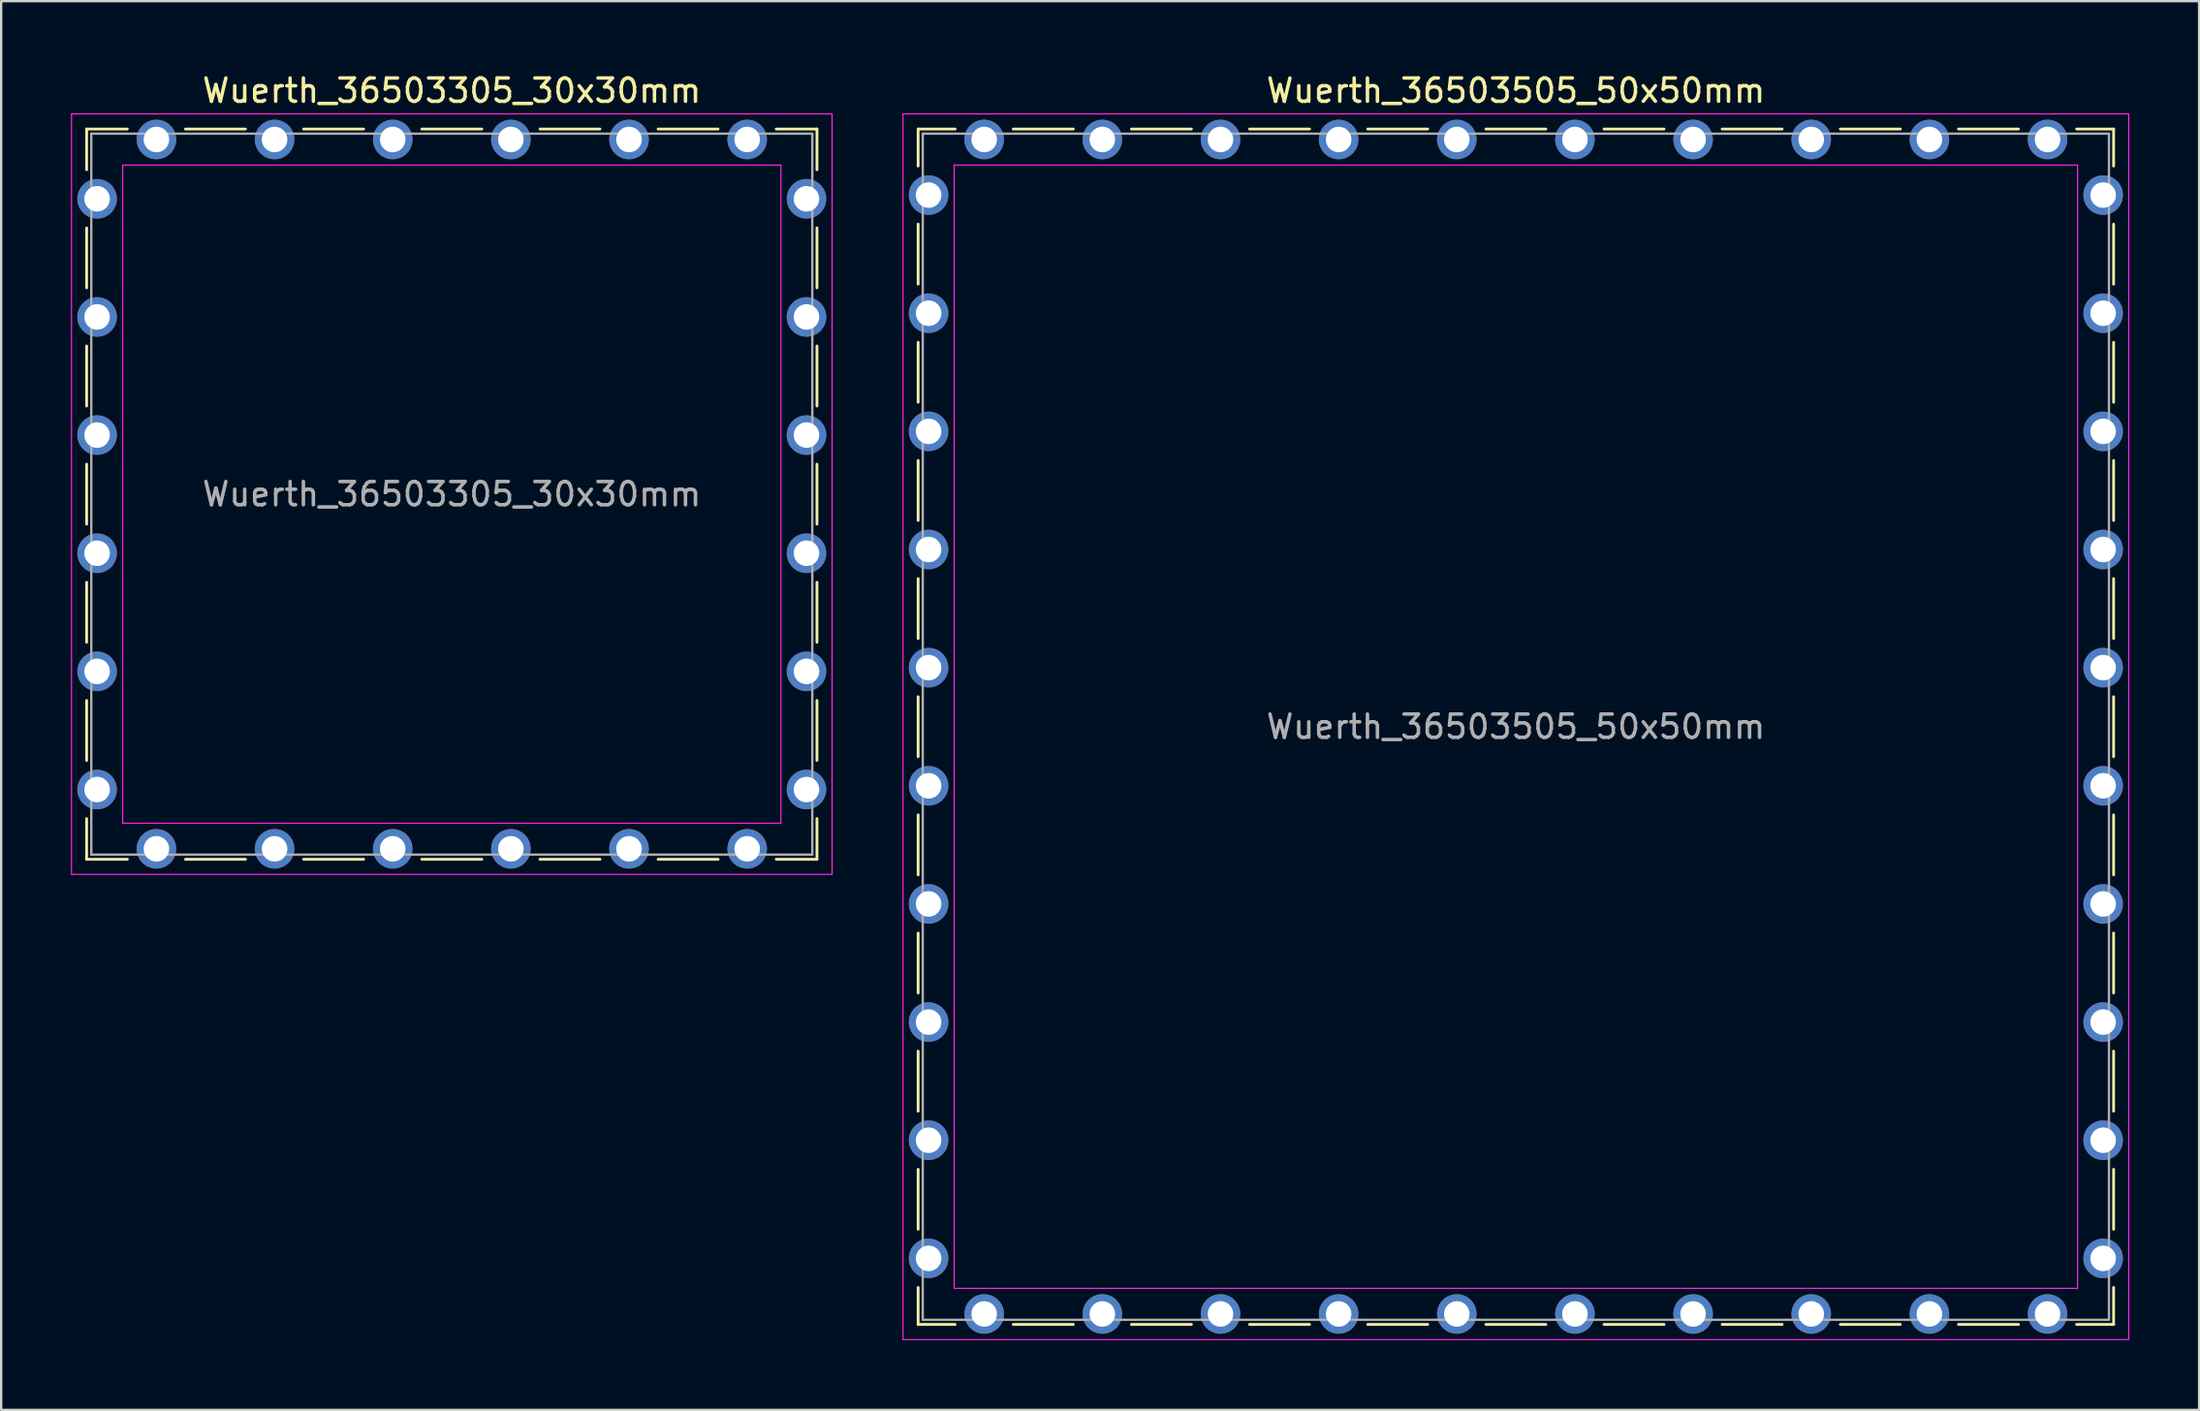
<source format=kicad_pcb>
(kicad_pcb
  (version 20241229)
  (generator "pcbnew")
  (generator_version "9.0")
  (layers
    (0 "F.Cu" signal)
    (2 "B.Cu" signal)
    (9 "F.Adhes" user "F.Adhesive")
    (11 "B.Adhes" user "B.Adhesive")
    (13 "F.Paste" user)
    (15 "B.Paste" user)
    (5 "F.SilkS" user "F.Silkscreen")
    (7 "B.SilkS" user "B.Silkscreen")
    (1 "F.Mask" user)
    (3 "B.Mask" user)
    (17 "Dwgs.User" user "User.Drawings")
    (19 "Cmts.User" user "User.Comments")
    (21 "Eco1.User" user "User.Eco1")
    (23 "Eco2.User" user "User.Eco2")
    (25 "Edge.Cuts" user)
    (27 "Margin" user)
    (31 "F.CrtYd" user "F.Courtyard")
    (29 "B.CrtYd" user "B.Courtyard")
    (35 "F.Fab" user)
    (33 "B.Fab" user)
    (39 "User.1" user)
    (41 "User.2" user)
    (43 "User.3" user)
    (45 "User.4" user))
  (footprint "Wuerth_36503305_30x30mm"
    (layer "F.Cu")
    (at 16.375 18.198)
    (property "Reference" "Wuerth_36503305_30x30mm" (at 0 -17.35 0) (layer "F.SilkS") (effects (font (size 1 1) (thickness 0.15))))
    (attr through_hole)
    (fp_line (start -15.7 -15.7) (end -13.95 -15.7) (stroke (width 0.12) (type solid)) (layer "F.SilkS"))
    (fp_line (start -15.7 -13.95) (end -15.7 -15.7) (stroke (width 0.12) (type solid)) (layer "F.SilkS"))
    (fp_line (start -15.7 -8.87) (end -15.7 -11.45) (stroke (width 0.12) (type solid)) (layer "F.SilkS"))
    (fp_line (start -15.7 -3.79) (end -15.7 -6.37) (stroke (width 0.12) (type solid)) (layer "F.SilkS"))
    (fp_line (start -15.7 -1.29) (end -15.7 1.29) (stroke (width 0.12) (type solid)) (layer "F.SilkS"))
    (fp_line (start -15.7 3.79) (end -15.7 6.37) (stroke (width 0.12) (type solid)) (layer "F.SilkS"))
    (fp_line (start -15.7 8.87) (end -15.7 11.45) (stroke (width 0.12) (type solid)) (layer "F.SilkS"))
    (fp_line (start -15.7 13.95) (end -15.7 15.7) (stroke (width 0.12) (type solid)) (layer "F.SilkS"))
    (fp_line (start -15.7 15.7) (end -13.95 15.7) (stroke (width 0.12) (type solid)) (layer "F.SilkS"))
    (fp_line (start -8.87 -15.7) (end -11.45 -15.7) (stroke (width 0.12) (type solid)) (layer "F.SilkS"))
    (fp_line (start -8.87 15.7) (end -11.45 15.7) (stroke (width 0.12) (type solid)) (layer "F.SilkS"))
    (fp_line (start -3.79 -15.7) (end -6.37 -15.7) (stroke (width 0.12) (type solid)) (layer "F.SilkS"))
    (fp_line (start -3.79 15.7) (end -6.37 15.7) (stroke (width 0.12) (type solid)) (layer "F.SilkS"))
    (fp_line (start 1.29 -15.7) (end -1.29 -15.7) (stroke (width 0.12) (type solid)) (layer "F.SilkS"))
    (fp_line (start 1.29 15.7) (end -1.29 15.7) (stroke (width 0.12) (type solid)) (layer "F.SilkS"))
    (fp_line (start 3.79 -15.7) (end 6.37 -15.7) (stroke (width 0.12) (type solid)) (layer "F.SilkS"))
    (fp_line (start 3.79 15.7) (end 6.37 15.7) (stroke (width 0.12) (type solid)) (layer "F.SilkS"))
    (fp_line (start 8.87 -15.7) (end 11.45 -15.7) (stroke (width 0.12) (type solid)) (layer "F.SilkS"))
    (fp_line (start 8.87 15.7) (end 11.45 15.7) (stroke (width 0.12) (type solid)) (layer "F.SilkS"))
    (fp_line (start 15.7 -15.7) (end 13.95 -15.7) (stroke (width 0.12) (type solid)) (layer "F.SilkS"))
    (fp_line (start 15.7 -13.95) (end 15.7 -15.7) (stroke (width 0.12) (type solid)) (layer "F.SilkS"))
    (fp_line (start 15.7 -8.87) (end 15.7 -11.45) (stroke (width 0.12) (type solid)) (layer "F.SilkS"))
    (fp_line (start 15.7 -3.79) (end 15.7 -6.37) (stroke (width 0.12) (type solid)) (layer "F.SilkS"))
    (fp_line (start 15.7 1.29) (end 15.7 -1.29) (stroke (width 0.12) (type solid)) (layer "F.SilkS"))
    (fp_line (start 15.7 3.79) (end 15.7 6.37) (stroke (width 0.12) (type solid)) (layer "F.SilkS"))
    (fp_line (start 15.7 8.87) (end 15.7 11.45) (stroke (width 0.12) (type solid)) (layer "F.SilkS"))
    (fp_line (start 15.7 13.95) (end 15.7 15.7) (stroke (width 0.12) (type solid)) (layer "F.SilkS"))
    (fp_line (start 15.7 15.7) (end 13.95 15.7) (stroke (width 0.12) (type solid)) (layer "F.SilkS"))
    (fp_line (start -16.35 -16.35) (end -16.35 16.35) (stroke (width 0.05) (type solid)) (layer "F.CrtYd"))
    (fp_line (start -16.35 16.35) (end 16.35 16.35) (stroke (width 0.05) (type solid)) (layer "F.CrtYd"))
    (fp_line (start -14.15 -14.15) (end -14.15 14.15) (stroke (width 0.05) (type solid)) (layer "F.CrtYd"))
    (fp_line (start -14.15 14.15) (end 14.15 14.15) (stroke (width 0.05) (type solid)) (layer "F.CrtYd"))
    (fp_line (start 14.15 -14.15) (end -14.15 -14.15) (stroke (width 0.05) (type solid)) (layer "F.CrtYd"))
    (fp_line (start 14.15 14.15) (end 14.15 -14.15) (stroke (width 0.05) (type solid)) (layer "F.CrtYd"))
    (fp_line (start 16.35 -16.35) (end -16.35 -16.35) (stroke (width 0.05) (type solid)) (layer "F.CrtYd"))
    (fp_line (start 16.35 16.35) (end 16.35 -16.35) (stroke (width 0.05) (type solid)) (layer "F.CrtYd"))
    (fp_line (start -15.5 -15.5) (end -15.5 15.5) (stroke (width 0.1) (type solid)) (layer "F.Fab"))
    (fp_line (start -15.5 15.5) (end 15.5 15.5) (stroke (width 0.1) (type solid)) (layer "F.Fab"))
    (fp_line (start 15.5 -15.5) (end -15.5 -15.5) (stroke (width 0.1) (type solid)) (layer "F.Fab"))
    (fp_line (start 15.5 15.5) (end 15.5 -15.5) (stroke (width 0.1) (type solid)) (layer "F.Fab"))
    (fp_text user "${REFERENCE}" (at 0 0 0) (layer "F.Fab") (effects (font (size 1 1) (thickness 0.15))))
    (pad "1" thru_hole circle (at -15.25 -12.7) (size 1.7 1.7) (drill 1.1) (layers "*.Cu" "*.Mask"))
    (pad "1" thru_hole circle (at -15.25 -7.62) (size 1.7 1.7) (drill 1.1) (layers "*.Cu" "*.Mask"))
    (pad "1" thru_hole circle (at -15.25 -2.54) (size 1.7 1.7) (drill 1.1) (layers "*.Cu" "*.Mask"))
    (pad "1" thru_hole circle (at -15.25 2.54) (size 1.7 1.7) (drill 1.1) (layers "*.Cu" "*.Mask"))
    (pad "1" thru_hole circle (at -15.25 7.62) (size 1.7 1.7) (drill 1.1) (layers "*.Cu" "*.Mask"))
    (pad "1" thru_hole circle (at -15.25 12.7) (size 1.7 1.7) (drill 1.1) (layers "*.Cu" "*.Mask"))
    (pad "1" thru_hole circle (at -12.7 -15.25) (size 1.7 1.7) (drill 1.1) (layers "*.Cu" "*.Mask"))
    (pad "1" thru_hole circle (at -12.7 15.25) (size 1.7 1.7) (drill 1.1) (layers "*.Cu" "*.Mask"))
    (pad "1" thru_hole circle (at -7.62 -15.25) (size 1.7 1.7) (drill 1.1) (layers "*.Cu" "*.Mask"))
    (pad "1" thru_hole circle (at -7.62 15.25) (size 1.7 1.7) (drill 1.1) (layers "*.Cu" "*.Mask"))
    (pad "1" thru_hole circle (at -2.54 -15.25) (size 1.7 1.7) (drill 1.1) (layers "*.Cu" "*.Mask"))
    (pad "1" thru_hole circle (at -2.54 15.25) (size 1.7 1.7) (drill 1.1) (layers "*.Cu" "*.Mask"))
    (pad "1" thru_hole circle (at 2.54 -15.25) (size 1.7 1.7) (drill 1.1) (layers "*.Cu" "*.Mask"))
    (pad "1" thru_hole circle (at 2.54 15.25) (size 1.7 1.7) (drill 1.1) (layers "*.Cu" "*.Mask"))
    (pad "1" thru_hole circle (at 7.62 -15.25) (size 1.7 1.7) (drill 1.1) (layers "*.Cu" "*.Mask"))
    (pad "1" thru_hole circle (at 7.62 15.25) (size 1.7 1.7) (drill 1.1) (layers "*.Cu" "*.Mask"))
    (pad "1" thru_hole circle (at 12.7 -15.25) (size 1.7 1.7) (drill 1.1) (layers "*.Cu" "*.Mask"))
    (pad "1" thru_hole circle (at 12.7 15.25) (size 1.7 1.7) (drill 1.1) (layers "*.Cu" "*.Mask"))
    (pad "1" thru_hole circle (at 15.25 -12.7) (size 1.7 1.7) (drill 1.1) (layers "*.Cu" "*.Mask"))
    (pad "1" thru_hole circle (at 15.25 -7.62) (size 1.7 1.7) (drill 1.1) (layers "*.Cu" "*.Mask"))
    (pad "1" thru_hole circle (at 15.25 -2.54) (size 1.7 1.7) (drill 1.1) (layers "*.Cu" "*.Mask"))
    (pad "1" thru_hole circle (at 15.25 2.54) (size 1.7 1.7) (drill 1.1) (layers "*.Cu" "*.Mask"))
    (pad "1" thru_hole circle (at 15.25 7.62) (size 1.7 1.7) (drill 1.1) (layers "*.Cu" "*.Mask"))
    (pad "1" thru_hole circle (at 15.25 12.7) (size 1.7 1.7) (drill 1.1) (layers "*.Cu" "*.Mask")))
  (footprint "Wuerth_36503505_50x50mm"
    (layer "F.Cu")
    (at 62.125 28.198)
    (property "Reference" "Wuerth_36503505_50x50mm" (at 0 -27.35 0) (layer "F.SilkS") (effects (font (size 1 1) (thickness 0.15))))
    (attr through_hole)
    (fp_line (start -25.7 -25.7) (end -24.11 -25.7) (stroke (width 0.12) (type solid)) (layer "F.SilkS"))
    (fp_line (start -25.7 -24.11) (end -25.7 -25.7) (stroke (width 0.12) (type solid)) (layer "F.SilkS"))
    (fp_line (start -25.7 -19.03) (end -25.7 -21.61) (stroke (width 0.12) (type solid)) (layer "F.SilkS"))
    (fp_line (start -25.7 -13.95) (end -25.7 -16.53) (stroke (width 0.12) (type solid)) (layer "F.SilkS"))
    (fp_line (start -25.7 -8.87) (end -25.7 -11.45) (stroke (width 0.12) (type solid)) (layer "F.SilkS"))
    (fp_line (start -25.7 -3.79) (end -25.7 -6.37) (stroke (width 0.12) (type solid)) (layer "F.SilkS"))
    (fp_line (start -25.7 -1.29) (end -25.7 1.29) (stroke (width 0.12) (type solid)) (layer "F.SilkS"))
    (fp_line (start -25.7 3.79) (end -25.7 6.37) (stroke (width 0.12) (type solid)) (layer "F.SilkS"))
    (fp_line (start -25.7 8.87) (end -25.7 11.45) (stroke (width 0.12) (type solid)) (layer "F.SilkS"))
    (fp_line (start -25.7 13.95) (end -25.7 16.53) (stroke (width 0.12) (type solid)) (layer "F.SilkS"))
    (fp_line (start -25.7 19.03) (end -25.7 21.61) (stroke (width 0.12) (type solid)) (layer "F.SilkS"))
    (fp_line (start -25.7 24.11) (end -25.7 25.7) (stroke (width 0.12) (type solid)) (layer "F.SilkS"))
    (fp_line (start -25.7 25.7) (end -24.11 25.7) (stroke (width 0.12) (type solid)) (layer "F.SilkS"))
    (fp_line (start -19.03 -25.7) (end -21.61 -25.7) (stroke (width 0.12) (type solid)) (layer "F.SilkS"))
    (fp_line (start -19.03 25.7) (end -21.61 25.7) (stroke (width 0.12) (type solid)) (layer "F.SilkS"))
    (fp_line (start -13.95 -25.7) (end -16.53 -25.7) (stroke (width 0.12) (type solid)) (layer "F.SilkS"))
    (fp_line (start -13.95 25.7) (end -16.53 25.7) (stroke (width 0.12) (type solid)) (layer "F.SilkS"))
    (fp_line (start -8.87 -25.7) (end -11.45 -25.7) (stroke (width 0.12) (type solid)) (layer "F.SilkS"))
    (fp_line (start -8.87 25.7) (end -11.45 25.7) (stroke (width 0.12) (type solid)) (layer "F.SilkS"))
    (fp_line (start -3.79 -25.7) (end -6.37 -25.7) (stroke (width 0.12) (type solid)) (layer "F.SilkS"))
    (fp_line (start -3.79 25.7) (end -6.37 25.7) (stroke (width 0.12) (type solid)) (layer "F.SilkS"))
    (fp_line (start 1.29 -25.7) (end -1.29 -25.7) (stroke (width 0.12) (type solid)) (layer "F.SilkS"))
    (fp_line (start 1.29 25.7) (end -1.29 25.7) (stroke (width 0.12) (type solid)) (layer "F.SilkS"))
    (fp_line (start 3.79 -25.7) (end 6.37 -25.7) (stroke (width 0.12) (type solid)) (layer "F.SilkS"))
    (fp_line (start 3.79 25.7) (end 6.37 25.7) (stroke (width 0.12) (type solid)) (layer "F.SilkS"))
    (fp_line (start 8.87 -25.7) (end 11.45 -25.7) (stroke (width 0.12) (type solid)) (layer "F.SilkS"))
    (fp_line (start 8.87 25.7) (end 11.45 25.7) (stroke (width 0.12) (type solid)) (layer "F.SilkS"))
    (fp_line (start 13.95 -25.7) (end 16.53 -25.7) (stroke (width 0.12) (type solid)) (layer "F.SilkS"))
    (fp_line (start 13.95 25.7) (end 16.53 25.7) (stroke (width 0.12) (type solid)) (layer "F.SilkS"))
    (fp_line (start 19.03 -25.7) (end 21.61 -25.7) (stroke (width 0.12) (type solid)) (layer "F.SilkS"))
    (fp_line (start 19.03 25.7) (end 21.61 25.7) (stroke (width 0.12) (type solid)) (layer "F.SilkS"))
    (fp_line (start 25.7 -25.7) (end 24.11 -25.7) (stroke (width 0.12) (type solid)) (layer "F.SilkS"))
    (fp_line (start 25.7 -24.11) (end 25.7 -25.7) (stroke (width 0.12) (type solid)) (layer "F.SilkS"))
    (fp_line (start 25.7 -19.03) (end 25.7 -21.61) (stroke (width 0.12) (type solid)) (layer "F.SilkS"))
    (fp_line (start 25.7 -13.95) (end 25.7 -16.53) (stroke (width 0.12) (type solid)) (layer "F.SilkS"))
    (fp_line (start 25.7 -8.87) (end 25.7 -11.45) (stroke (width 0.12) (type solid)) (layer "F.SilkS"))
    (fp_line (start 25.7 -3.79) (end 25.7 -6.37) (stroke (width 0.12) (type solid)) (layer "F.SilkS"))
    (fp_line (start 25.7 1.29) (end 25.7 -1.29) (stroke (width 0.12) (type solid)) (layer "F.SilkS"))
    (fp_line (start 25.7 3.79) (end 25.7 6.37) (stroke (width 0.12) (type solid)) (layer "F.SilkS"))
    (fp_line (start 25.7 8.87) (end 25.7 11.45) (stroke (width 0.12) (type solid)) (layer "F.SilkS"))
    (fp_line (start 25.7 13.95) (end 25.7 16.53) (stroke (width 0.12) (type solid)) (layer "F.SilkS"))
    (fp_line (start 25.7 19.03) (end 25.7 21.61) (stroke (width 0.12) (type solid)) (layer "F.SilkS"))
    (fp_line (start 25.7 24.11) (end 25.7 25.7) (stroke (width 0.12) (type solid)) (layer "F.SilkS"))
    (fp_line (start 25.7 25.7) (end 24.11 25.7) (stroke (width 0.12) (type solid)) (layer "F.SilkS"))
    (fp_line (start -26.35 -26.35) (end -26.35 26.35) (stroke (width 0.05) (type solid)) (layer "F.CrtYd"))
    (fp_line (start -26.35 26.35) (end 26.35 26.35) (stroke (width 0.05) (type solid)) (layer "F.CrtYd"))
    (fp_line (start -24.15 -24.15) (end -24.15 24.15) (stroke (width 0.05) (type solid)) (layer "F.CrtYd"))
    (fp_line (start -24.15 24.15) (end 24.15 24.15) (stroke (width 0.05) (type solid)) (layer "F.CrtYd"))
    (fp_line (start 24.15 -24.15) (end -24.15 -24.15) (stroke (width 0.05) (type solid)) (layer "F.CrtYd"))
    (fp_line (start 24.15 24.15) (end 24.15 -24.15) (stroke (width 0.05) (type solid)) (layer "F.CrtYd"))
    (fp_line (start 26.35 -26.35) (end -26.35 -26.35) (stroke (width 0.05) (type solid)) (layer "F.CrtYd"))
    (fp_line (start 26.35 26.35) (end 26.35 -26.35) (stroke (width 0.05) (type solid)) (layer "F.CrtYd"))
    (fp_line (start -25.5 -25.5) (end -25.5 25.5) (stroke (width 0.1) (type solid)) (layer "F.Fab"))
    (fp_line (start -25.5 25.5) (end 25.5 25.5) (stroke (width 0.1) (type solid)) (layer "F.Fab"))
    (fp_line (start 25.5 -25.5) (end -25.5 -25.5) (stroke (width 0.1) (type solid)) (layer "F.Fab"))
    (fp_line (start 25.5 25.5) (end 25.5 -25.5) (stroke (width 0.1) (type solid)) (layer "F.Fab"))
    (fp_text user "${REFERENCE}" (at 0 0 0) (layer "F.Fab") (effects (font (size 1 1) (thickness 0.15))))
    (pad "1" thru_hole circle (at -25.25 -22.86) (size 1.7 1.7) (drill 1.1) (layers "*.Cu" "*.Mask"))
    (pad "1" thru_hole circle (at -25.25 -17.78) (size 1.7 1.7) (drill 1.1) (layers "*.Cu" "*.Mask"))
    (pad "1" thru_hole circle (at -25.25 -12.7) (size 1.7 1.7) (drill 1.1) (layers "*.Cu" "*.Mask"))
    (pad "1" thru_hole circle (at -25.25 -7.62) (size 1.7 1.7) (drill 1.1) (layers "*.Cu" "*.Mask"))
    (pad "1" thru_hole circle (at -25.25 -2.54) (size 1.7 1.7) (drill 1.1) (layers "*.Cu" "*.Mask"))
    (pad "1" thru_hole circle (at -25.25 2.54) (size 1.7 1.7) (drill 1.1) (layers "*.Cu" "*.Mask"))
    (pad "1" thru_hole circle (at -25.25 7.62) (size 1.7 1.7) (drill 1.1) (layers "*.Cu" "*.Mask"))
    (pad "1" thru_hole circle (at -25.25 12.7) (size 1.7 1.7) (drill 1.1) (layers "*.Cu" "*.Mask"))
    (pad "1" thru_hole circle (at -25.25 17.78) (size 1.7 1.7) (drill 1.1) (layers "*.Cu" "*.Mask"))
    (pad "1" thru_hole circle (at -25.25 22.86) (size 1.7 1.7) (drill 1.1) (layers "*.Cu" "*.Mask"))
    (pad "1" thru_hole circle (at -22.86 -25.25) (size 1.7 1.7) (drill 1.1) (layers "*.Cu" "*.Mask"))
    (pad "1" thru_hole circle (at -22.86 25.25) (size 1.7 1.7) (drill 1.1) (layers "*.Cu" "*.Mask"))
    (pad "1" thru_hole circle (at -17.78 -25.25) (size 1.7 1.7) (drill 1.1) (layers "*.Cu" "*.Mask"))
    (pad "1" thru_hole circle (at -17.78 25.25) (size 1.7 1.7) (drill 1.1) (layers "*.Cu" "*.Mask"))
    (pad "1" thru_hole circle (at -12.7 -25.25) (size 1.7 1.7) (drill 1.1) (layers "*.Cu" "*.Mask"))
    (pad "1" thru_hole circle (at -12.7 25.25) (size 1.7 1.7) (drill 1.1) (layers "*.Cu" "*.Mask"))
    (pad "1" thru_hole circle (at -7.62 -25.25) (size 1.7 1.7) (drill 1.1) (layers "*.Cu" "*.Mask"))
    (pad "1" thru_hole circle (at -7.62 25.25) (size 1.7 1.7) (drill 1.1) (layers "*.Cu" "*.Mask"))
    (pad "1" thru_hole circle (at -2.54 -25.25) (size 1.7 1.7) (drill 1.1) (layers "*.Cu" "*.Mask"))
    (pad "1" thru_hole circle (at -2.54 25.25) (size 1.7 1.7) (drill 1.1) (layers "*.Cu" "*.Mask"))
    (pad "1" thru_hole circle (at 2.54 -25.25) (size 1.7 1.7) (drill 1.1) (layers "*.Cu" "*.Mask"))
    (pad "1" thru_hole circle (at 2.54 25.25) (size 1.7 1.7) (drill 1.1) (layers "*.Cu" "*.Mask"))
    (pad "1" thru_hole circle (at 7.62 -25.25) (size 1.7 1.7) (drill 1.1) (layers "*.Cu" "*.Mask"))
    (pad "1" thru_hole circle (at 7.62 25.25) (size 1.7 1.7) (drill 1.1) (layers "*.Cu" "*.Mask"))
    (pad "1" thru_hole circle (at 12.7 -25.25) (size 1.7 1.7) (drill 1.1) (layers "*.Cu" "*.Mask"))
    (pad "1" thru_hole circle (at 12.7 25.25) (size 1.7 1.7) (drill 1.1) (layers "*.Cu" "*.Mask"))
    (pad "1" thru_hole circle (at 17.78 -25.25) (size 1.7 1.7) (drill 1.1) (layers "*.Cu" "*.Mask"))
    (pad "1" thru_hole circle (at 17.78 25.25) (size 1.7 1.7) (drill 1.1) (layers "*.Cu" "*.Mask"))
    (pad "1" thru_hole circle (at 22.86 -25.25) (size 1.7 1.7) (drill 1.1) (layers "*.Cu" "*.Mask"))
    (pad "1" thru_hole circle (at 22.86 25.25) (size 1.7 1.7) (drill 1.1) (layers "*.Cu" "*.Mask"))
    (pad "1" thru_hole circle (at 25.25 -22.86) (size 1.7 1.7) (drill 1.1) (layers "*.Cu" "*.Mask"))
    (pad "1" thru_hole circle (at 25.25 -17.78) (size 1.7 1.7) (drill 1.1) (layers "*.Cu" "*.Mask"))
    (pad "1" thru_hole circle (at 25.25 -12.7) (size 1.7 1.7) (drill 1.1) (layers "*.Cu" "*.Mask"))
    (pad "1" thru_hole circle (at 25.25 -7.62) (size 1.7 1.7) (drill 1.1) (layers "*.Cu" "*.Mask"))
    (pad "1" thru_hole circle (at 25.25 -2.54) (size 1.7 1.7) (drill 1.1) (layers "*.Cu" "*.Mask"))
    (pad "1" thru_hole circle (at 25.25 2.54) (size 1.7 1.7) (drill 1.1) (layers "*.Cu" "*.Mask"))
    (pad "1" thru_hole circle (at 25.25 7.62) (size 1.7 1.7) (drill 1.1) (layers "*.Cu" "*.Mask"))
    (pad "1" thru_hole circle (at 25.25 12.7) (size 1.7 1.7) (drill 1.1) (layers "*.Cu" "*.Mask"))
    (pad "1" thru_hole circle (at 25.25 17.78) (size 1.7 1.7) (drill 1.1) (layers "*.Cu" "*.Mask"))
    (pad "1" thru_hole circle (at 25.25 22.86) (size 1.7 1.7) (drill 1.1) (layers "*.Cu" "*.Mask")))
  (gr_rect
    (start -3 -3)
    (end 91.5 57.573)
    (stroke (width 0.1) (type default))
    (fill no)
    (layer "Edge.Cuts")))
</source>
